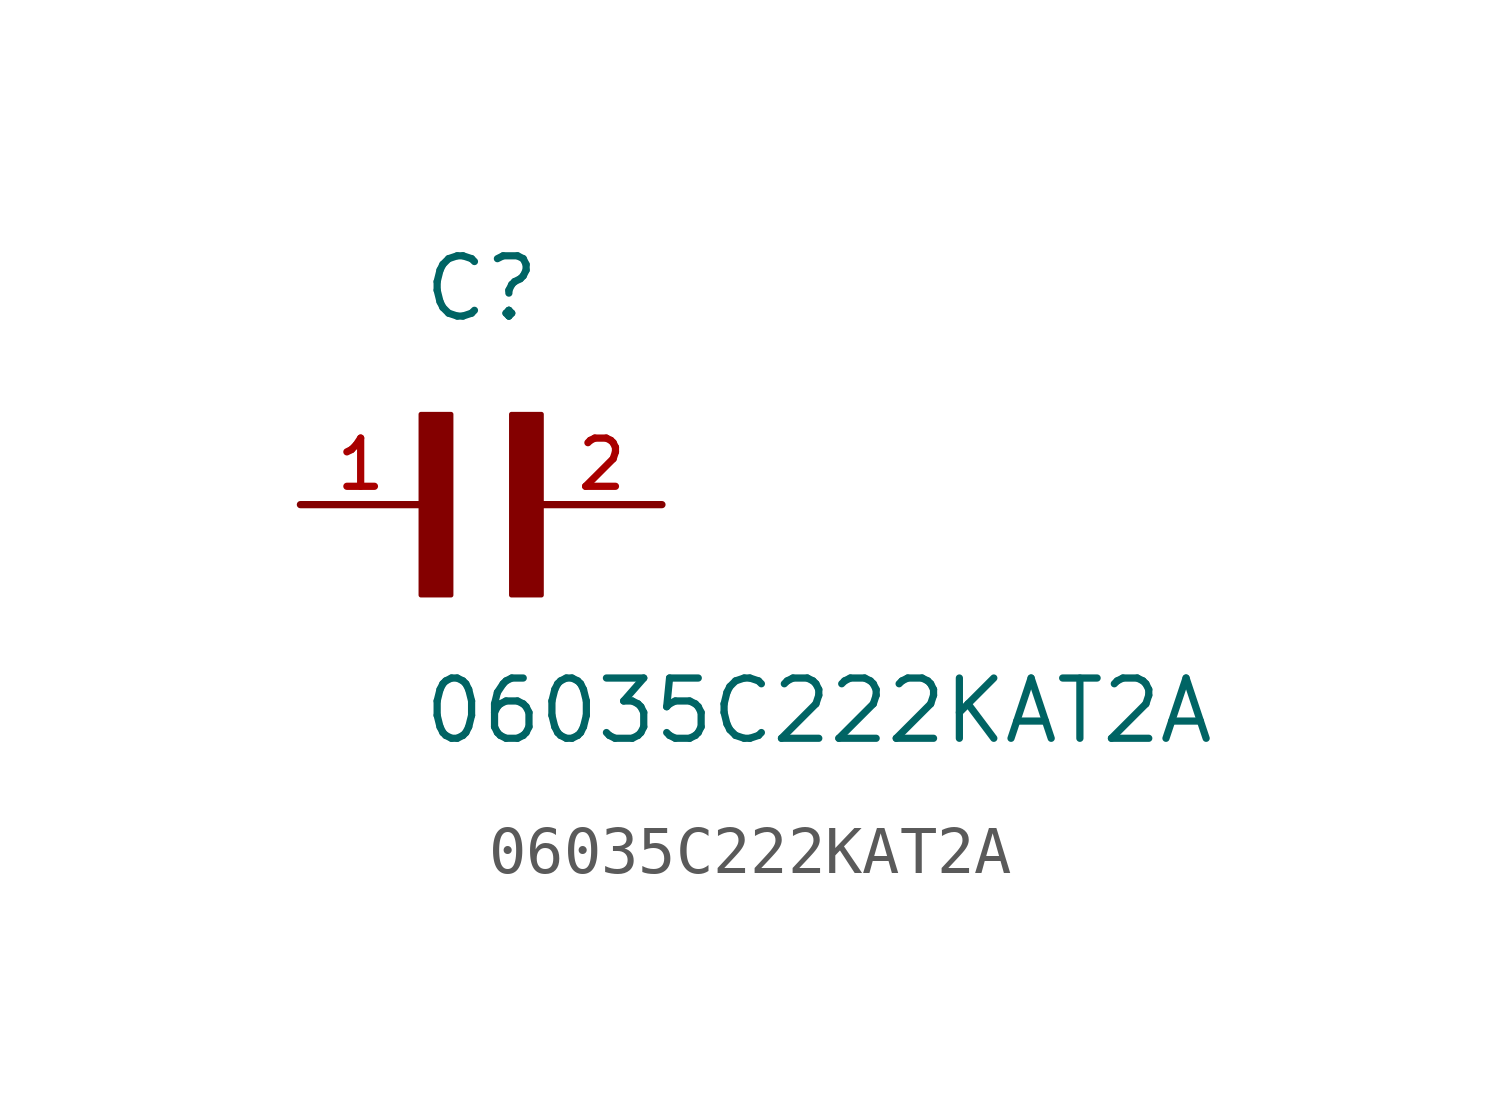
<source format=kicad_sym>
(kicad_symbol_lib
  (version 20211014)
  (generator kicad_symbol_editor)
  (symbol "06035C222KAT2A"
    (pin_names
      (offset 1.016))
    (property "Reference" "C"
      (at 0.0 3.811 0)
      (effects (font (size 1.27 1.27)) (justify bottom left)))
    (property "Value" "06035C222KAT2A"
      (at 0.0 -5.088 0)
      (effects (font (size 1.27 1.27)) (justify bottom left)))
    (symbol "06035C222KAT2A_0_0"
      (rectangle (start 0.0 -1.907) (end 0.635 1.905) (stroke (width 0.1)) (fill (type outline)))
      (rectangle (start 1.907 -1.907) (end 2.54 1.905) (stroke (width 0.1)) (fill (type outline)))
      (pin passive line (at 5.08 0.0 180.0) (length 2.54) (name "~" (effects (font (size 1.016 1.016)))) (number "2" (effects (font (size 1.016 1.016)))))
      (pin passive line (at -2.54 0.0 0) (length 2.54) (name "~" (effects (font (size 1.016 1.016)))) (number "1" (effects (font (size 1.016 1.016))))))))
</source>
